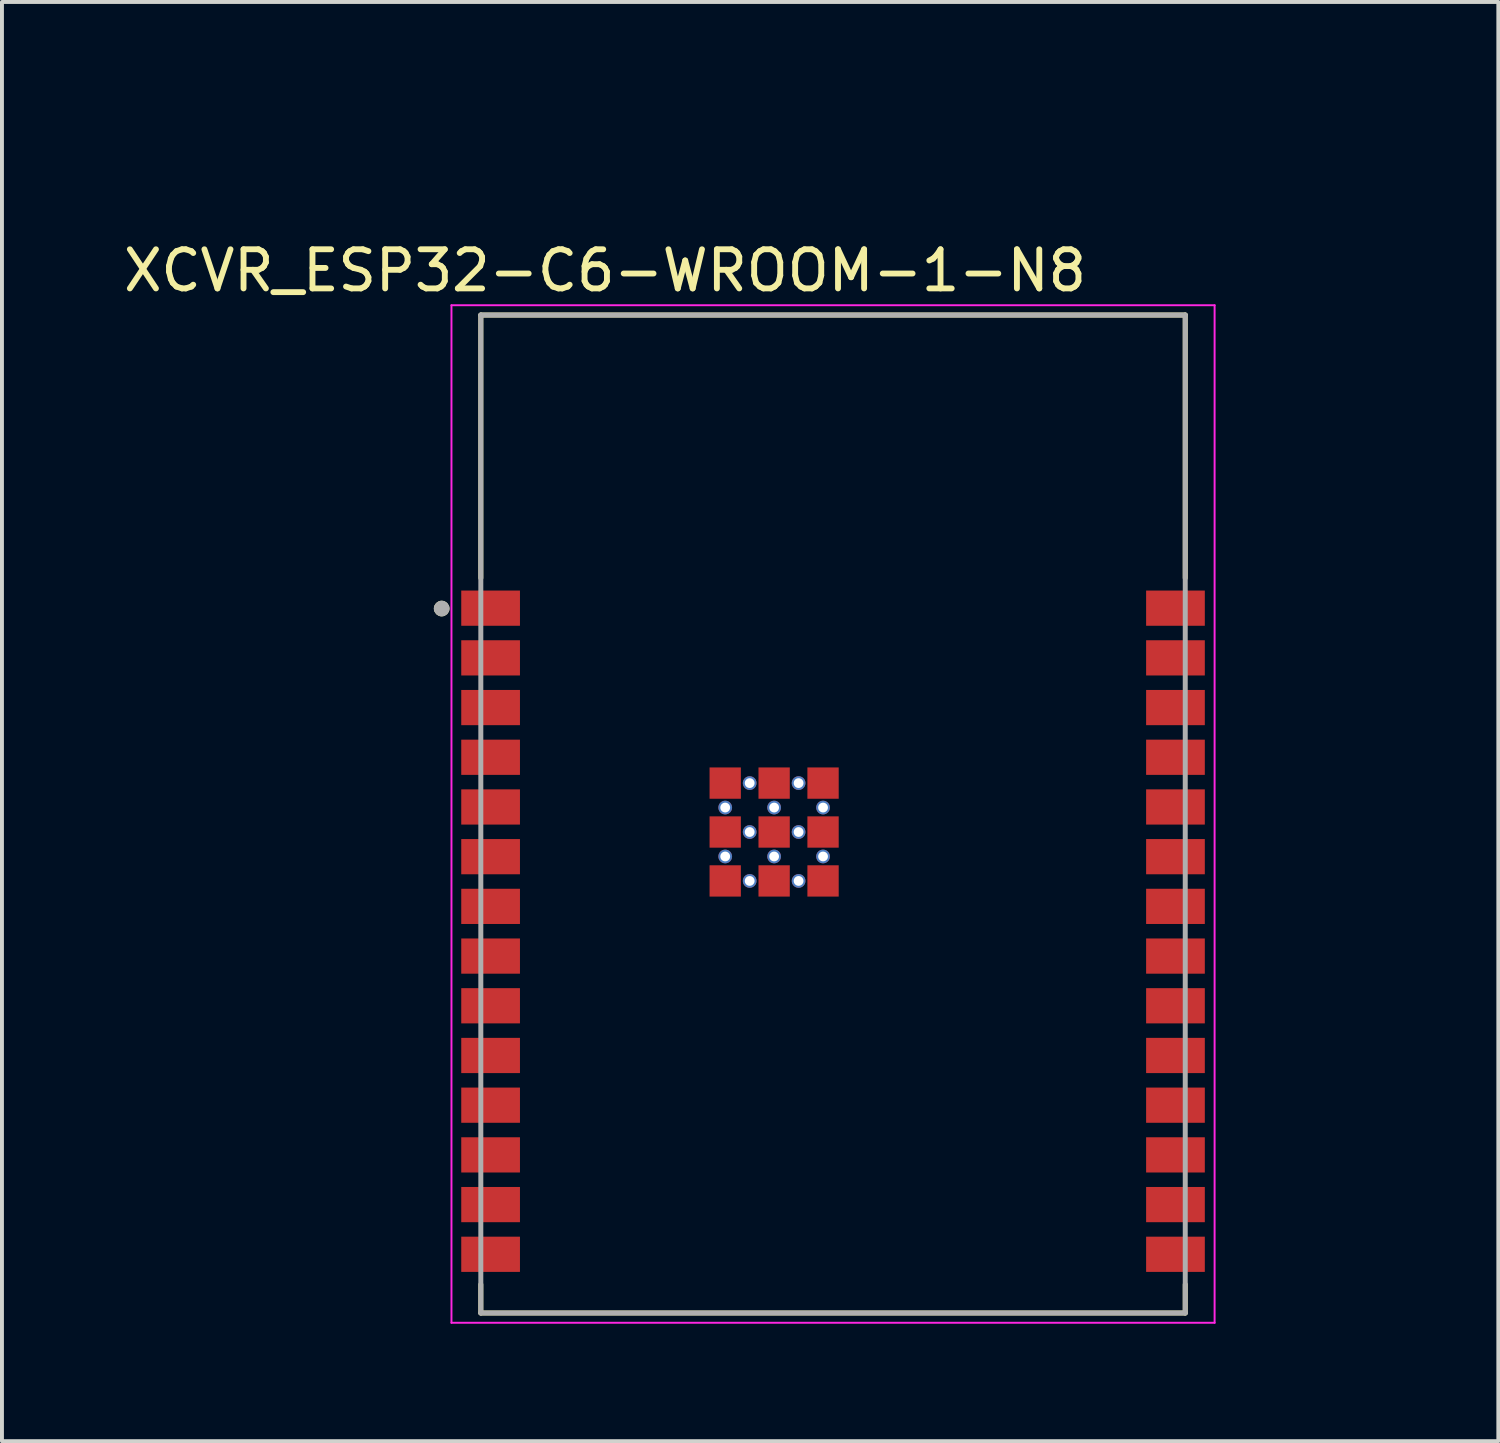
<source format=kicad_pcb>
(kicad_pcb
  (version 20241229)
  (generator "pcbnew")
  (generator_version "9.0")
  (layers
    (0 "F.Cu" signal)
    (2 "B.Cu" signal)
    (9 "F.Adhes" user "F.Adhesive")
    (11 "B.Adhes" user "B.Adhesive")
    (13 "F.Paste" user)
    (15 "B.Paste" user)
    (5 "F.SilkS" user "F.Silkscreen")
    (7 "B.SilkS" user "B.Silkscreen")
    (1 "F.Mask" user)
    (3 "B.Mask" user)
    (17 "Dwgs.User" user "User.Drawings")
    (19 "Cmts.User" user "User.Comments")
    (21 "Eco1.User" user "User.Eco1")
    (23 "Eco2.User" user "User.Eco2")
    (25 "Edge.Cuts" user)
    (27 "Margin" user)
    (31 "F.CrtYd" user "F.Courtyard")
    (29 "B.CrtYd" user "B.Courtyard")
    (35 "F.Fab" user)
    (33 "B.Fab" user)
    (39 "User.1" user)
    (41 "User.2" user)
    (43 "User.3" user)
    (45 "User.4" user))
  (footprint "XCVR_ESP32-C6-WROOM-1-N8"
    (layer "F.Cu")
    (at 18.236 17.75)
    (property "Reference" "XCVR_ESP32-C6-WROOM-1-N8" (at -5.825 -13.885 0) (layer "F.SilkS") (effects (font (size 1 1) (thickness 0.15))))
    (attr smd)
    (fp_line (start -9 -12.75) (end 9 -12.75) (stroke (width 0.127) (type solid)) (layer "F.SilkS"))
    (fp_line (start -9 -6.03) (end -9 -12.75) (stroke (width 0.127) (type solid)) (layer "F.SilkS"))
    (fp_line (start -9 12.75) (end -9 12.02) (stroke (width 0.127) (type solid)) (layer "F.SilkS"))
    (fp_line (start -9 12.75) (end 9 12.75) (stroke (width 0.127) (type solid)) (layer "F.SilkS"))
    (fp_line (start 9 -12.75) (end 9 -6.03) (stroke (width 0.127) (type solid)) (layer "F.SilkS"))
    (fp_line (start 9 12.02) (end 9 12.75) (stroke (width 0.127) (type solid)) (layer "F.SilkS"))
    (fp_circle (center -10 -5.25) (end -9.9 -5.25) (stroke (width 0.2) (type solid)) (fill no) (layer "F.SilkS"))
    (fp_line (start -9.75 -13) (end -9.75 13) (stroke (width 0.05) (type solid)) (layer "F.CrtYd"))
    (fp_line (start -9.75 13) (end 9.75 13) (stroke (width 0.05) (type solid)) (layer "F.CrtYd"))
    (fp_line (start 9.75 -13) (end -9.75 -13) (stroke (width 0.05) (type solid)) (layer "F.CrtYd"))
    (fp_line (start 9.75 13) (end 9.75 -13) (stroke (width 0.05) (type solid)) (layer "F.CrtYd"))
    (fp_line (start -9 -12.75) (end 9 -12.75) (stroke (width 0.127) (type solid)) (layer "F.Fab"))
    (fp_line (start -9 12.75) (end -9 -12.75) (stroke (width 0.127) (type solid)) (layer "F.Fab"))
    (fp_line (start -9 12.75) (end 9 12.75) (stroke (width 0.127) (type solid)) (layer "F.Fab"))
    (fp_line (start 9 -12.75) (end 9 12.75) (stroke (width 0.127) (type solid)) (layer "F.Fab"))
    (fp_circle (center -10 -5.25) (end -9.9 -5.25) (stroke (width 0.2) (type solid)) (fill no) (layer "F.Fab"))
    (pad "1" smd rect (at -8.75 -5.26) (size 1.5 0.9) (layers "F.Cu" "F.Mask" "F.Paste"))
    (pad "1" smd rect (at 8.75 -5.26) (size 1.5 0.9) (layers "F.Cu" "F.Mask" "F.Paste"))
    (pad "2" smd rect (at -8.75 -3.99) (size 1.5 0.9) (layers "F.Cu" "F.Mask" "F.Paste"))
    (pad "3" smd rect (at -8.75 -2.72) (size 1.5 0.9) (layers "F.Cu" "F.Mask" "F.Paste"))
    (pad "4" smd rect (at -8.75 -1.45) (size 1.5 0.9) (layers "F.Cu" "F.Mask" "F.Paste"))
    (pad "5" smd rect (at -8.75 -0.18) (size 1.5 0.9) (layers "F.Cu" "F.Mask" "F.Paste"))
    (pad "6" smd rect (at -8.75 1.09) (size 1.5 0.9) (layers "F.Cu" "F.Mask" "F.Paste"))
    (pad "7" smd rect (at -8.75 2.36) (size 1.5 0.9) (layers "F.Cu" "F.Mask" "F.Paste"))
    (pad "8" smd rect (at -8.75 3.63) (size 1.5 0.9) (layers "F.Cu" "F.Mask" "F.Paste"))
    (pad "9" smd rect (at -8.75 4.9) (size 1.5 0.9) (layers "F.Cu" "F.Mask" "F.Paste"))
    (pad "10" smd rect (at -8.75 6.17) (size 1.5 0.9) (layers "F.Cu" "F.Mask" "F.Paste"))
    (pad "11" smd rect (at -8.75 7.44) (size 1.5 0.9) (layers "F.Cu" "F.Mask" "F.Paste"))
    (pad "12" smd rect (at -8.75 8.71) (size 1.5 0.9) (layers "F.Cu" "F.Mask" "F.Paste"))
    (pad "13" smd rect (at -8.75 9.98) (size 1.5 0.9) (layers "F.Cu" "F.Mask" "F.Paste"))
    (pad "14" smd rect (at -8.75 11.25) (size 1.5 0.9) (layers "F.Cu" "F.Mask" "F.Paste"))
    (pad "15" smd rect (at 8.75 11.25) (size 1.5 0.9) (layers "F.Cu" "F.Mask" "F.Paste"))
    (pad "16" smd rect (at 8.75 9.98) (size 1.5 0.9) (layers "F.Cu" "F.Mask" "F.Paste"))
    (pad "17" smd rect (at 8.75 8.71) (size 1.5 0.9) (layers "F.Cu" "F.Mask" "F.Paste"))
    (pad "18" smd rect (at 8.75 7.44) (size 1.5 0.9) (layers "F.Cu" "F.Mask" "F.Paste"))
    (pad "19" smd rect (at 8.75 6.17) (size 1.5 0.9) (layers "F.Cu" "F.Mask" "F.Paste"))
    (pad "20" smd rect (at 8.75 4.9) (size 1.5 0.9) (layers "F.Cu" "F.Mask" "F.Paste"))
    (pad "21" smd rect (at 8.75 3.63) (size 1.5 0.9) (layers "F.Cu" "F.Mask" "F.Paste"))
    (pad "22" smd rect (at 8.75 2.36) (size 1.5 0.9) (layers "F.Cu" "F.Mask" "F.Paste"))
    (pad "23" smd rect (at 8.75 1.09) (size 1.5 0.9) (layers "F.Cu" "F.Mask" "F.Paste"))
    (pad "24" smd rect (at 8.75 -0.18) (size 1.5 0.9) (layers "F.Cu" "F.Mask" "F.Paste"))
    (pad "25" smd rect (at 8.75 -1.45) (size 1.5 0.9) (layers "F.Cu" "F.Mask" "F.Paste"))
    (pad "26" smd rect (at 8.75 -2.72) (size 1.5 0.9) (layers "F.Cu" "F.Mask" "F.Paste"))
    (pad "27" smd rect (at 8.75 -3.99) (size 1.5 0.9) (layers "F.Cu" "F.Mask" "F.Paste"))
    (pad "29_1" smd rect (at -2.755 -0.79) (size 0.8 0.8) (layers "F.Cu" "F.Mask" "F.Paste"))
    (pad "29_2" smd rect (at -1.505 -0.79) (size 0.8 0.8) (layers "F.Cu" "F.Mask" "F.Paste"))
    (pad "29_3" smd rect (at -0.255 -0.79) (size 0.8 0.8) (layers "F.Cu" "F.Mask" "F.Paste"))
    (pad "29_4" smd rect (at -2.755 0.46) (size 0.8 0.8) (layers "F.Cu" "F.Mask" "F.Paste"))
    (pad "29_5" smd rect (at -1.505 0.46) (size 0.8 0.8) (layers "F.Cu" "F.Mask" "F.Paste"))
    (pad "29_6" smd rect (at -0.255 0.46) (size 0.8 0.8) (layers "F.Cu" "F.Mask" "F.Paste"))
    (pad "29_7" smd rect (at -2.755 1.71) (size 0.8 0.8) (layers "F.Cu" "F.Mask" "F.Paste"))
    (pad "29_8" smd rect (at -1.505 1.71) (size 0.8 0.8) (layers "F.Cu" "F.Mask" "F.Paste"))
    (pad "29_9" smd rect (at -0.255 1.71) (size 0.8 0.8) (layers "F.Cu" "F.Mask" "F.Paste"))
    (pad "30_1" thru_hole circle (at -2.13 -0.79) (size 0.35 0.35) (drill 0.25) (layers "*.Cu"))
    (pad "30_2" thru_hole circle (at -0.88 -0.79) (size 0.35 0.35) (drill 0.25) (layers "*.Cu"))
    (pad "30_3" thru_hole circle (at -2.755 -0.165) (size 0.35 0.35) (drill 0.25) (layers "*.Cu"))
    (pad "30_4" thru_hole circle (at -1.505 -0.165) (size 0.35 0.35) (drill 0.25) (layers "*.Cu"))
    (pad "30_5" thru_hole circle (at -0.255 -0.165) (size 0.35 0.35) (drill 0.25) (layers "*.Cu"))
    (pad "30_6" thru_hole circle (at -2.13 0.46) (size 0.35 0.35) (drill 0.25) (layers "*.Cu"))
    (pad "30_7" thru_hole circle (at -0.88 0.46) (size 0.35 0.35) (drill 0.25) (layers "*.Cu"))
    (pad "30_8" thru_hole circle (at -2.755 1.085) (size 0.35 0.35) (drill 0.25) (layers "*.Cu"))
    (pad "30_9" thru_hole circle (at -1.505 1.085) (size 0.35 0.35) (drill 0.25) (layers "*.Cu"))
    (pad "30_10" thru_hole circle (at -0.255 1.085) (size 0.35 0.35) (drill 0.25) (layers "*.Cu"))
    (pad "30_11" thru_hole circle (at -2.13 1.71) (size 0.35 0.35) (drill 0.25) (layers "*.Cu"))
    (pad "30_12" thru_hole circle (at -0.88 1.71) (size 0.35 0.35) (drill 0.25) (layers "*.Cu"))
    (zone (net_name "") (layers "F.Cu" "B.Cu") (hatch full 0.508) (connect_pads) (min_thickness 0.01) (filled_areas_thickness no) (keepout (tracks not_allowed) (vias not_allowed) (pads not_allowed) (copperpour not_allowed) (footprints not_allowed)) (placement (enabled no)) (fill) (polygon (pts (xy 4.236 0) (xy 32.236 0) (xy 32.236 11) (xy 4.236 11)))))
  (gr_rect
    (start -3 -3)
    (end 35.236 33.775)
    (stroke (width 0.1) (type default))
    (fill no)
    (layer "Edge.Cuts")))
</source>
